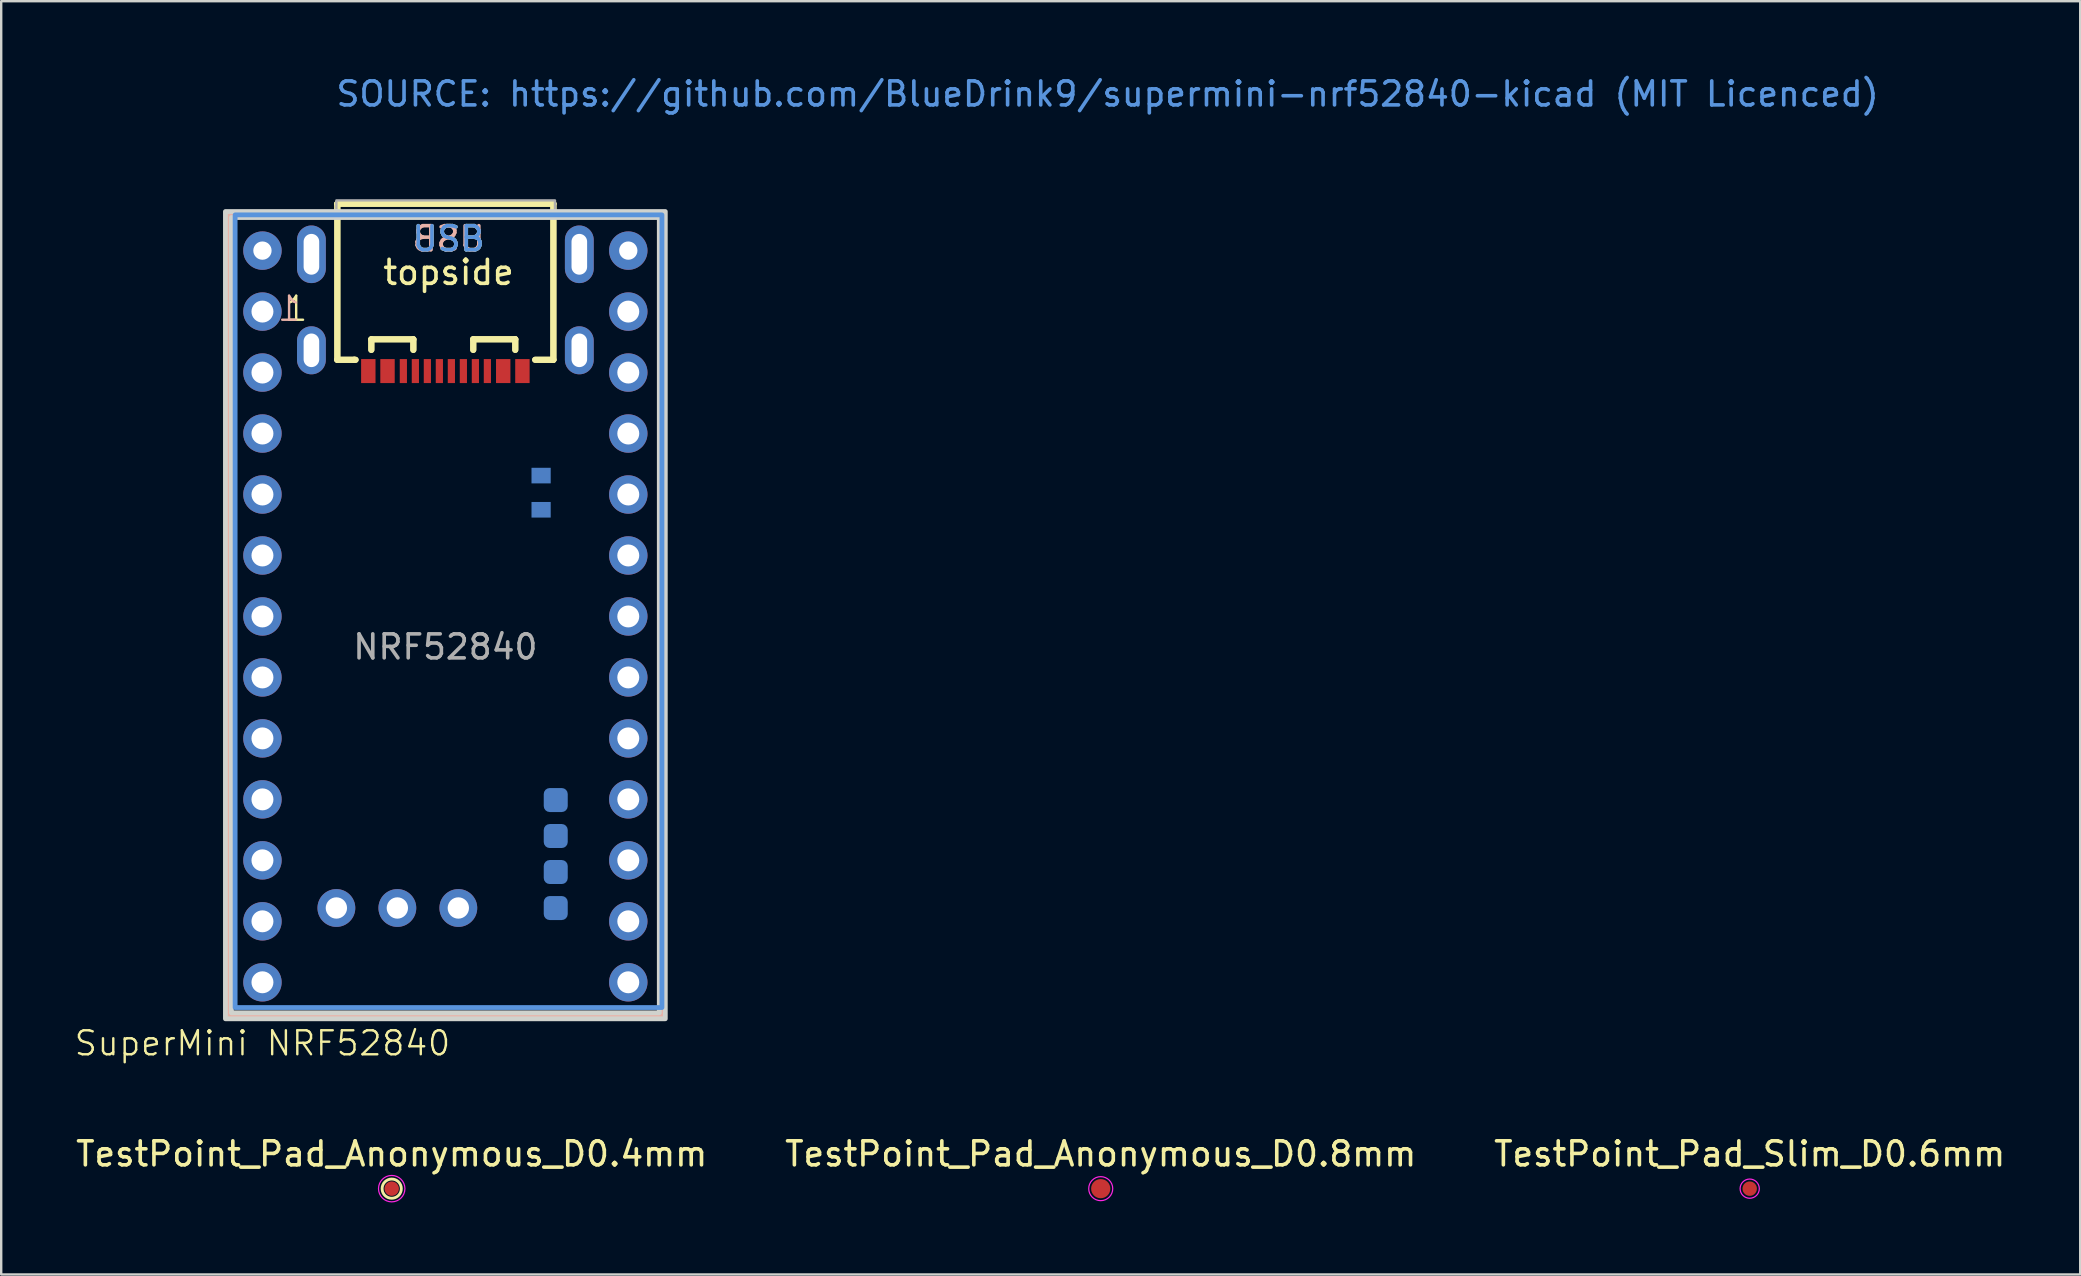
<source format=kicad_pcb>
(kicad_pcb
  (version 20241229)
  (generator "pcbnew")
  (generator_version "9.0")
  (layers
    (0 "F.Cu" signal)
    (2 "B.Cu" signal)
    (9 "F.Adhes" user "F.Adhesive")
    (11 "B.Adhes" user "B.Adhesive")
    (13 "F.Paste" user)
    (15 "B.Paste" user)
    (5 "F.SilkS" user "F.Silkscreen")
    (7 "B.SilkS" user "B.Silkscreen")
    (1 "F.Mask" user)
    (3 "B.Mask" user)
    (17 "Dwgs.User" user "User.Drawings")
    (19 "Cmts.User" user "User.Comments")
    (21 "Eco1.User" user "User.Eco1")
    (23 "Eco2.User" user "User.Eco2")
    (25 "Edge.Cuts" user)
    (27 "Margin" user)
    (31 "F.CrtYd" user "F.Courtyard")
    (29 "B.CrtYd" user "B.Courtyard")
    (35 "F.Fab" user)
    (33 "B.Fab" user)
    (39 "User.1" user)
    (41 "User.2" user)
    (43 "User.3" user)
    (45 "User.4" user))
  (footprint "TestPoint_Pad_Anonymous_D0.4mm"
    (layer "F.Cu")
    (at 13.268 46.467)
    (property "Reference" "TestPoint_Pad_Anonymous_D0.4mm" (at 0 -1.448 0) (layer "F.SilkS") (effects (font (size 1 1) (thickness 0.15))))
    (attr exclude_from_pos_files exclude_from_bom)
    (fp_circle (center 0 0) (end 0.4 0) (stroke (width 0.12) (type solid)) (fill no) (layer "F.SilkS"))
    (fp_circle (center 0 0) (end 0.55 0) (stroke (width 0.05) (type solid)) (fill no) (layer "F.CrtYd"))
    (pad "1" smd circle (at 0 0) (size 0.6 0.6) (layers "F.Cu" "F.Mask")))
  (footprint "SuperMini NRF52840"
    (layer "F.Cu")
    (at 7.883 7.39)
    (property "Reference" "SuperMini NRF52840" (at 0 33.02 0) (unlocked yes) (layer "F.SilkS") (effects (font (size 1 1) (thickness 0.1))))
    (attr through_hole)
    (fp_line (start 3.116 4.548) (end 3.824 4.548) (stroke (width 0.254) (type solid)) (layer "F.SilkS"))
    (fp_line (start 3.116 4.548) (end 3.824 4.548) (stroke (width 0.254) (type solid)) (layer "F.SilkS"))
    (fp_line (start 3.12 -1.952) (end 3.12 4.548) (stroke (width 0.254) (type solid)) (layer "F.SilkS"))
    (fp_line (start 3.12 -1.952) (end 3.12 4.548) (stroke (width 0.254) (type solid)) (layer "F.SilkS"))
    (fp_line (start 3.12 -1.952) (end 3.17 -1.952) (stroke (width 0.254) (type solid)) (layer "F.SilkS"))
    (fp_line (start 3.12 -1.952) (end 3.17 -1.952) (stroke (width 0.254) (type solid)) (layer "F.SilkS"))
    (fp_line (start 3.17 -1.952) (end 12.12 -1.952) (stroke (width 0.254) (type solid)) (layer "F.SilkS"))
    (fp_line (start 3.17 -1.952) (end 12.12 -1.952) (stroke (width 0.254) (type solid)) (layer "F.SilkS"))
    (fp_line (start 3.824 4.548) (end 3.879 4.548) (stroke (width 0.254) (type solid)) (layer "F.SilkS"))
    (fp_line (start 3.824 4.548) (end 3.879 4.548) (stroke (width 0.254) (type solid)) (layer "F.SilkS"))
    (fp_line (start 4.536 3.695) (end 4.536 4.136) (stroke (width 0.254) (type solid)) (layer "F.SilkS"))
    (fp_line (start 4.536 3.695) (end 4.536 4.136) (stroke (width 0.254) (type solid)) (layer "F.SilkS"))
    (fp_line (start 4.536 3.695) (end 6.286 3.695) (stroke (width 0.254) (type solid)) (layer "F.SilkS"))
    (fp_line (start 4.536 3.695) (end 6.286 3.695) (stroke (width 0.254) (type solid)) (layer "F.SilkS"))
    (fp_line (start 6.286 3.695) (end 6.286 4.136) (stroke (width 0.254) (type solid)) (layer "F.SilkS"))
    (fp_line (start 6.286 3.695) (end 6.286 4.136) (stroke (width 0.254) (type solid)) (layer "F.SilkS"))
    (fp_line (start 8.782 3.693) (end 8.782 4.136) (stroke (width 0.254) (type solid)) (layer "F.SilkS"))
    (fp_line (start 8.782 3.693) (end 8.782 4.136) (stroke (width 0.254) (type solid)) (layer "F.SilkS"))
    (fp_line (start 8.782 3.693) (end 10.532 3.693) (stroke (width 0.254) (type solid)) (layer "F.SilkS"))
    (fp_line (start 8.782 3.693) (end 10.532 3.693) (stroke (width 0.254) (type solid)) (layer "F.SilkS"))
    (fp_line (start 10.532 3.693) (end 10.532 4.135) (stroke (width 0.254) (type solid)) (layer "F.SilkS"))
    (fp_line (start 10.532 3.693) (end 10.532 4.135) (stroke (width 0.254) (type solid)) (layer "F.SilkS"))
    (fp_line (start 11.361 4.548) (end 12.12 4.548) (stroke (width 0.254) (type solid)) (layer "F.SilkS"))
    (fp_line (start 11.361 4.548) (end 12.12 4.548) (stroke (width 0.254) (type solid)) (layer "F.SilkS"))
    (fp_line (start 12.12 -1.952) (end 12.12 4.548) (stroke (width 0.254) (type solid)) (layer "F.SilkS"))
    (fp_line (start 12.12 -1.952) (end 12.12 4.548) (stroke (width 0.254) (type solid)) (layer "F.SilkS"))
    (fp_rect (start 16.642 -1.488) (end -1.402 31.85) (stroke (width 0.2) (type default)) (fill no) (layer "F.SilkS"))
    (fp_rect (start 16.642 -1.488) (end -1.402 31.85) (stroke (width 0.2) (type default)) (fill no) (layer "B.SilkS"))
    (fp_rect (start 16.642 -1.488) (end -1.138 31.532) (stroke (width 0.2) (type solid)) (fill no) (layer "Cmts.User"))
    (fp_line (start 3.15 -1.947) (end 3.15 4.553) (stroke (width 0.051) (type solid)) (layer "Eco1.User"))
    (fp_line (start 3.15 -1.947) (end 12.09 -1.947) (stroke (width 0.051) (type solid)) (layer "Eco1.User"))
    (fp_line (start 3.15 4.553) (end 12.09 4.553) (stroke (width 0.051) (type solid)) (layer "Eco1.User"))
    (fp_line (start 12.09 -1.947) (end 12.09 4.553) (stroke (width 0.051) (type solid)) (layer "Eco1.User"))
    (fp_rect (start 16.532 -1.378) (end -1.292 31.75) (stroke (width 0.2) (type default)) (fill no) (layer "Edge.Cuts"))
    (fp_rect (start 16.782 -1.628) (end -1.542 32) (stroke (width 0.2) (type default)) (fill no) (layer "Edge.Cuts"))
    (fp_rect (start 3.079 -1.398) (end 12.186 -2.091) (stroke (width 0.1) (type default)) (fill no) (layer "F.Fab"))
    (fp_circle (center 4.42 4.898) (end 4.57 4.898) (stroke (width 0.3) (type solid)) (fill no) (layer "User.6"))
    (fp_text user "topside" (at 7.752 1.492 0) (unlocked yes) (layer "F.SilkS") (effects (font (size 1 1) (thickness 0.15)) (justify bottom)))
    (fp_text user "1" (at 0.863 3.007 0) (unlocked yes) (layer "F.SilkS") (effects (font (size 1 1) (thickness 0.1)) (justify left bottom)))
    (fp_text user "USB" (at 7.752 0.092 0) (unlocked yes) (layer "F.SilkS") (effects (font (size 1 1) (thickness 0.15)) (justify bottom)))
    (fp_text user "USB" (at 7.752 0.092 0) (unlocked yes) (layer "B.SilkS") (effects (font (size 1 1) (thickness 0.15)) (justify bottom mirror)))
    (fp_text user "1" (at 1.651 3.006 0) (unlocked yes) (layer "B.SilkS") (effects (font (size 1 1) (thickness 0.1)) (justify left bottom mirror)))
    (fp_text user "USB" (at 7.752 0.092 0) (layer "Cmts.User") (effects (font (size 1 1) (thickness 0.15)) (justify bottom)))
    (fp_text user "SOURCE: https://github.com/BlueDrink9/supermini-nrf52840-kicad (MIT Licenced)" (at 2.99 -5.94 0) (unlocked yes) (layer "Cmts.User") (effects (font (size 1 1) (thickness 0.15)) (justify left bottom)))
    (fp_text user "NRF52840" (at 7.62 16.51 0) (unlocked yes) (layer "F.Fab") (effects (font (size 1 1) (thickness 0.15))))
    (pad "0" smd roundrect (at 12.218 22.888 90) (size 1 1) (layers "B.Cu" "B.Mask" "B.Paste") (roundrect_rratio 0.25))
    (pad "0" smd roundrect (at 12.218 24.387 270) (size 1 1) (layers "B.Cu" "B.Mask" "B.Paste") (roundrect_rratio 0.25))
    (pad "0" smd roundrect (at 12.218 25.887 270) (size 1 1) (layers "B.Cu" "B.Mask" "B.Paste") (roundrect_rratio 0.25))
    (pad "0" smd roundrect (at 12.218 27.387 90) (size 1 1) (layers "B.Cu" "B.Mask" "B.Paste") (roundrect_rratio 0.25))
    (pad "1" thru_hole circle (at 0 2.54 90) (size 1.6 1.6) (drill 0.914) (layers "*.Cu" "*.Mask"))
    (pad "1" smd rect (at 11.608 10.796) (size 0.8 0.65) (layers "B.Cu" "B.Mask" "B.Paste"))
    (pad "2" thru_hole circle (at 0 5.08 90) (size 1.6 1.6) (drill 0.914) (layers "*.Cu" "*.Mask"))
    (pad "2" smd rect (at 11.608 9.372) (size 0.8 0.65) (layers "B.Cu" "B.Mask" "B.Paste"))
    (pad "3" thru_hole circle (at 0 7.62 90) (size 1.6 1.6) (drill 0.914) (layers "*.Cu" "*.Mask"))
    (pad "4" thru_hole circle (at 0 10.16 90) (size 1.6 1.6) (drill 0.914) (layers "*.Cu" "*.Mask"))
    (pad "5" thru_hole circle (at 0 12.7 90) (size 1.6 1.6) (drill 0.914) (layers "*.Cu" "*.Mask"))
    (pad "6" thru_hole circle (at 0 15.24 90) (size 1.6 1.6) (drill 0.914) (layers "*.Cu" "*.Mask"))
    (pad "7" thru_hole circle (at 0 17.78 90) (size 1.6 1.6) (drill 0.914) (layers "*.Cu" "*.Mask"))
    (pad "8" thru_hole circle (at 0 20.32 90) (size 1.6 1.6) (drill 0.914) (layers "*.Cu" "*.Mask"))
    (pad "9" thru_hole circle (at 0 22.86 90) (size 1.6 1.6) (drill 0.914) (layers "*.Cu" "*.Mask"))
    (pad "10" thru_hole circle (at 0 25.4 90) (size 1.6 1.6) (drill 0.914) (layers "*.Cu" "*.Mask"))
    (pad "11" thru_hole circle (at 0 27.94 90) (size 1.6 1.6) (drill 0.914) (layers "*.Cu" "*.Mask"))
    (pad "12" thru_hole circle (at 0 30.48 90) (size 1.6 1.6) (drill 0.914) (layers "*.Cu" "*.Mask"))
    (pad "13" thru_hole circle (at 15.24 2.54 270) (size 1.6 1.6) (drill 0.914) (layers "*.Cu" "*.Mask"))
    (pad "14" thru_hole circle (at 15.24 5.08 270) (size 1.6 1.6) (drill 0.914) (layers "*.Cu" "*.Mask"))
    (pad "15" thru_hole oval (at 13.2 0.153 180) (size 1.2 2.4) (drill oval 0.65 1.7) (layers "*.Cu" "*.Mask"))
    (pad "15" thru_hole circle (at 15.24 7.62 270) (size 1.6 1.6) (drill 0.914) (layers "*.Cu" "*.Mask"))
    (pad "16" thru_hole circle (at 15.24 10.16 270) (size 1.6 1.6) (drill 0.914) (layers "*.Cu" "*.Mask"))
    (pad "17" thru_hole circle (at 15.24 12.7 270) (size 1.6 1.6) (drill 0.914) (layers "*.Cu" "*.Mask"))
    (pad "18" thru_hole circle (at 15.24 15.24 270) (size 1.6 1.6) (drill 0.914) (layers "*.Cu" "*.Mask"))
    (pad "19" thru_hole circle (at 15.24 17.78 270) (size 1.6 1.6) (drill 0.914) (layers "*.Cu" "*.Mask"))
    (pad "20" thru_hole circle (at 15.24 20.32 270) (size 1.6 1.6) (drill 0.914) (layers "*.Cu" "*.Mask"))
    (pad "21" thru_hole circle (at 15.24 22.86 270) (size 1.6 1.6) (drill 0.914) (layers "*.Cu" "*.Mask"))
    (pad "22" thru_hole circle (at 15.24 25.4 270) (size 1.6 1.6) (drill 0.914) (layers "*.Cu" "*.Mask"))
    (pad "23" thru_hole circle (at 15.24 27.94 270) (size 1.6 1.6) (drill 0.914) (layers "*.Cu" "*.Mask"))
    (pad "24" thru_hole circle (at 15.24 30.48 270) (size 1.6 1.6) (drill 0.914) (layers "*.Cu" "*.Mask"))
    (pad "25" thru_hole circle (at 3.08 27.385 270) (size 1.575 1.575) (drill 0.889) (layers "*.Cu" "*.Mask"))
    (pad "26" thru_hole circle (at 5.62 27.385 270) (size 1.575 1.575) (drill 0.889) (layers "*.Cu" "*.Mask"))
    (pad "27" thru_hole circle (at 8.16 27.385 270) (size 1.575 1.575) (drill 0.889) (layers "*.Cu" "*.Mask"))
    (pad "28" thru_hole circle (at 0 0 90) (size 1.6 1.6) (drill 0.762) (layers "*.Cu" "*.Mask"))
    (pad "29" thru_hole circle (at 15.24 -0.00001 270) (size 1.6 1.6) (drill 0.762) (layers "*.Cu" "*.Mask"))
    (pad "30" thru_hole oval (at 2.04 4.153 180) (size 1.2 2) (drill oval 0.65 1.4) (layers "*.Cu" "*.Mask"))
    (pad "31" thru_hole oval (at 2.04 0.153 180) (size 1.2 2.4) (drill oval 0.65 1.7) (layers "*.Cu" "*.Mask"))
    (pad "32" thru_hole oval (at 13.2 4.153 180) (size 1.2 2) (drill oval 0.65 1.4) (layers "*.Cu" "*.Mask"))
    (pad "A5" smd rect (at 8.87 5.018 180) (size 0.3 1) (layers "F.Cu" "F.Mask" "F.Paste"))
    (pad "A6" smd rect (at 7.87 5.018 180) (size 0.3 1) (layers "F.Cu" "F.Mask" "F.Paste"))
    (pad "A7" smd rect (at 7.37 5.018 180) (size 0.3 1) (layers "F.Cu" "F.Mask" "F.Paste"))
    (pad "A8" smd rect (at 6.37 5.018 180) (size 0.3 1) (layers "F.Cu" "F.Mask" "F.Paste"))
    (pad "A9B4" smd rect (at 5.21 5.018 180) (size 0.6 1) (layers "F.Cu" "F.Mask" "F.Paste"))
    (pad "A12B1" smd rect (at 4.41 5.018 180) (size 0.6 1) (layers "F.Cu" "F.Mask" "F.Paste"))
    (pad "B5" smd rect (at 5.87 5.018 180) (size 0.3 1) (layers "F.Cu" "F.Mask" "F.Paste"))
    (pad "B6" smd rect (at 6.87 5.018 180) (size 0.3 1) (layers "F.Cu" "F.Mask" "F.Paste"))
    (pad "B7" smd rect (at 8.37 5.018 180) (size 0.3 1) (layers "F.Cu" "F.Mask" "F.Paste"))
    (pad "B8" smd rect (at 9.37 5.018 180) (size 0.3 1) (layers "F.Cu" "F.Mask" "F.Paste"))
    (pad "B9A4" smd rect (at 10.03 5.018) (size 0.6 1) (layers "F.Cu" "F.Mask" "F.Paste"))
    (pad "B12A1" smd rect (at 10.83 5.018) (size 0.6 1) (layers "F.Cu" "F.Mask" "F.Paste"))
    (zone (net_name "") (layers "F.Cu" "B.Cu") (hatch edge 0.5) (connect_pads) (min_thickness 0.25) (filled_areas_thickness no) (keepout (tracks not_allowed) (vias not_allowed) (pads not_allowed) (copperpour not_allowed) (footprints allowed)) (placement (enabled no)) (fill) (polygon (pts (xy 11.126 11.754) (xy 11.087 11.814) (xy 11.022 11.844) (xy 10.951 11.833) (xy 10.897 11.787) (xy 10.877 11.718) (xy 10.877 5.436) (xy 10.882 5.401) (xy 10.921 5.34) (xy 10.986 5.311) (xy 11.057 5.321) (xy 11.111 5.368) (xy 11.131 5.436) (xy 11.131 11.718))))
    (zone (net_name "") (layers "F.Cu" "B.Cu") (hatch edge 0.5) (connect_pads) (min_thickness 0.25) (filled_areas_thickness no) (keepout (tracks not_allowed) (vias not_allowed) (pads not_allowed) (copperpour not_allowed) (footprints allowed)) (placement (enabled no)) (fill) (polygon (pts (xy 11.126 11.754) (xy 11.087 11.814) (xy 11.022 11.844) (xy 10.951 11.833) (xy 10.897 11.787) (xy 10.877 11.718) (xy 10.877 5.436) (xy 10.882 5.401) (xy 10.921 5.34) (xy 10.986 5.311) (xy 11.057 5.321) (xy 11.111 5.368) (xy 11.131 5.436) (xy 11.131 11.718))))
    (zone (net_name "") (layers "F.Cu" "B.Cu") (hatch edge 0.5) (connect_pads) (min_thickness 0.25) (filled_areas_thickness no) (keepout (tracks not_allowed) (vias not_allowed) (pads not_allowed) (copperpour not_allowed) (footprints allowed)) (placement (enabled no)) (fill) (polygon (pts (xy 20.039 11.596) (xy 20.099 11.635) (xy 20.129 11.7) (xy 20.119 11.771) (xy 20.072 11.825) (xy 20.003 11.845) (xy 11.004 11.845) (xy 10.968 11.84) (xy 10.908 11.801) (xy 10.878 11.736) (xy 10.888 11.665) (xy 10.935 11.611) (xy 11.004 11.591) (xy 20.003 11.591))))
    (zone (net_name "") (layers "F.Cu" "B.Cu") (hatch edge 0.5) (connect_pads) (min_thickness 0.25) (filled_areas_thickness no) (keepout (tracks not_allowed) (vias not_allowed) (pads not_allowed) (copperpour not_allowed) (footprints allowed)) (placement (enabled no)) (fill) (polygon (pts (xy 20.039 11.596) (xy 20.099 11.635) (xy 20.129 11.7) (xy 20.119 11.771) (xy 20.072 11.825) (xy 20.003 11.845) (xy 11.004 11.845) (xy 10.968 11.84) (xy 10.908 11.801) (xy 10.878 11.736) (xy 10.888 11.665) (xy 10.935 11.611) (xy 11.004 11.591) (xy 20.003 11.591))))
    (zone (net_name "") (layers "F.Cu" "B.Cu") (hatch edge 0.5) (connect_pads) (min_thickness 0.25) (filled_areas_thickness no) (keepout (tracks not_allowed) (vias not_allowed) (pads not_allowed) (copperpour not_allowed) (footprints allowed)) (placement (enabled no)) (fill) (polygon (pts (xy 20.125 11.754) (xy 20.086 11.814) (xy 20.021 11.844) (xy 19.95 11.833) (xy 19.896 11.787) (xy 19.876 11.718) (xy 19.876 5.436) (xy 19.881 5.401) (xy 19.92 5.34) (xy 19.985 5.311) (xy 20.056 5.321) (xy 20.11 5.368) (xy 20.13 5.436) (xy 20.13 11.718))))
    (zone (net_name "") (layers "F.Cu" "B.Cu") (hatch edge 0.5) (connect_pads) (min_thickness 0.25) (filled_areas_thickness no) (keepout (tracks not_allowed) (vias not_allowed) (pads not_allowed) (copperpour not_allowed) (footprints allowed)) (placement (enabled no)) (fill) (polygon (pts (xy 20.125 11.754) (xy 20.086 11.814) (xy 20.021 11.844) (xy 19.95 11.833) (xy 19.896 11.787) (xy 19.876 11.718) (xy 19.876 5.436) (xy 19.881 5.401) (xy 19.92 5.34) (xy 19.985 5.311) (xy 20.056 5.321) (xy 20.11 5.368) (xy 20.13 5.436) (xy 20.13 11.718)))))
  (footprint "TestPoint_Pad_Anonymous_D0.8mm"
    (layer "F.Cu")
    (at 42.804 46.467)
    (property "Reference" "TestPoint_Pad_Anonymous_D0.8mm" (at 0 -1.448 0) (layer "F.SilkS") (effects (font (size 1 1) (thickness 0.15))))
    (attr exclude_from_pos_files exclude_from_bom)
    (fp_circle (center 0 0) (end 0.5 0) (stroke (width 0.05) (type solid)) (fill no) (layer "F.CrtYd"))
    (pad "1" smd circle (at 0 0) (size 0.8 0.8) (layers "F.Cu" "F.Mask")))
  (footprint "TestPoint_Pad_Slim_D0.6mm"
    (layer "F.Cu")
    (at 69.839 46.467)
    (property "Reference" "TestPoint_Pad_Slim_D0.6mm" (at 0 -1.448 0) (layer "F.SilkS") (effects (font (size 1 1) (thickness 0.15))))
    (attr exclude_from_pos_files exclude_from_bom)
    (fp_circle (center 0 0) (end 0.4 0) (stroke (width 0.05) (type solid)) (fill no) (layer "F.CrtYd"))
    (pad "1" smd circle (at 0 0) (size 0.6 0.6) (layers "F.Cu" "F.Mask")))
  (gr_rect
    (start -3 -3)
    (end 83.607 50.042)
    (stroke (width 0.1) (type default))
    (fill no)
    (layer "Edge.Cuts")))
</source>
